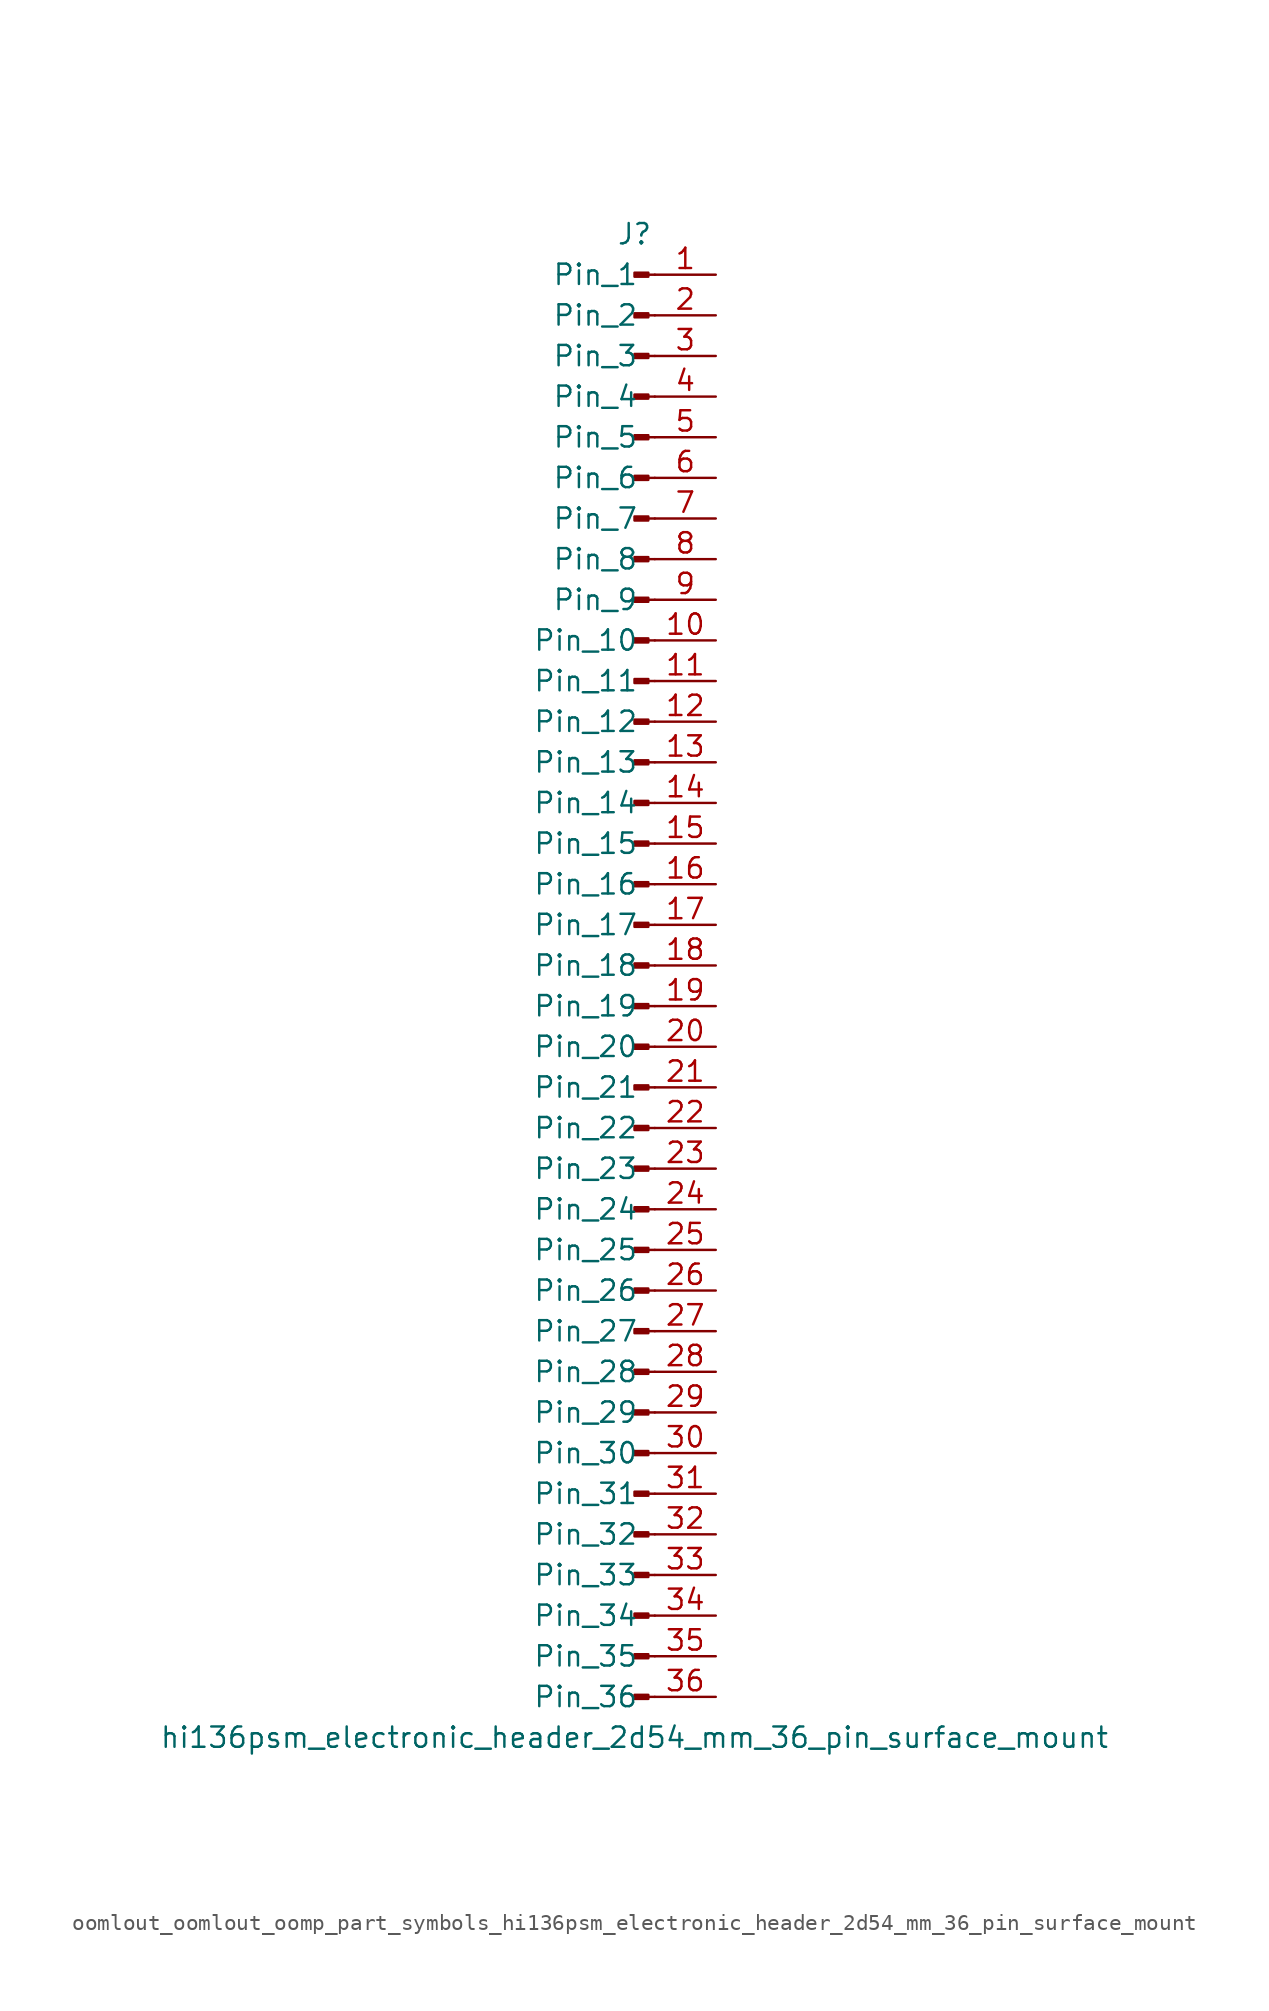
<source format=kicad_sym>
(kicad_symbol_lib
  (version 20220914)
  (generator kicad_symbol_editor)
  (symbol "oomlout_oomlout_oomp_part_symbols_hi136psm_electronic_header_2d54_mm_36_pin_surface_mount"
    (pin_names
      (offset 1.016))
    (property "Reference" "J"
      (at 0 45.72 0)
      (effects (font (size 1.27 1.27))))
    (property "Value" "hi136psm_electronic_header_2d54_mm_36_pin_surface_mount"
      (at 0 -48.26 0)
      (effects (font (size 1.27 1.27))))
    (property "ki_locked" ""
      (at 0 0 0)
      (effects (font (size 1.27 1.27))))
    (symbol "oomlout_oomlout_oomp_part_symbols_hi136psm_electronic_header_2d54_mm_36_pin_surface_mount_1_1"
      (polyline (pts (xy 1.27 -45.72) (xy 0.864 -45.72)) (stroke (width 0.152) (type default)) (fill (type none)))
      (polyline (pts (xy 1.27 -43.18) (xy 0.864 -43.18)) (stroke (width 0.152) (type default)) (fill (type none)))
      (polyline (pts (xy 1.27 -40.64) (xy 0.864 -40.64)) (stroke (width 0.152) (type default)) (fill (type none)))
      (polyline (pts (xy 1.27 -38.1) (xy 0.864 -38.1)) (stroke (width 0.152) (type default)) (fill (type none)))
      (polyline (pts (xy 1.27 -35.56) (xy 0.864 -35.56)) (stroke (width 0.152) (type default)) (fill (type none)))
      (polyline (pts (xy 1.27 -33.02) (xy 0.864 -33.02)) (stroke (width 0.152) (type default)) (fill (type none)))
      (polyline (pts (xy 1.27 -30.48) (xy 0.864 -30.48)) (stroke (width 0.152) (type default)) (fill (type none)))
      (polyline (pts (xy 1.27 -27.94) (xy 0.864 -27.94)) (stroke (width 0.152) (type default)) (fill (type none)))
      (polyline (pts (xy 1.27 -25.4) (xy 0.864 -25.4)) (stroke (width 0.152) (type default)) (fill (type none)))
      (polyline (pts (xy 1.27 -22.86) (xy 0.864 -22.86)) (stroke (width 0.152) (type default)) (fill (type none)))
      (polyline (pts (xy 1.27 -20.32) (xy 0.864 -20.32)) (stroke (width 0.152) (type default)) (fill (type none)))
      (polyline (pts (xy 1.27 -17.78) (xy 0.864 -17.78)) (stroke (width 0.152) (type default)) (fill (type none)))
      (polyline (pts (xy 1.27 -15.24) (xy 0.864 -15.24)) (stroke (width 0.152) (type default)) (fill (type none)))
      (polyline (pts (xy 1.27 -12.7) (xy 0.864 -12.7)) (stroke (width 0.152) (type default)) (fill (type none)))
      (polyline (pts (xy 1.27 -10.16) (xy 0.864 -10.16)) (stroke (width 0.152) (type default)) (fill (type none)))
      (polyline (pts (xy 1.27 -7.62) (xy 0.864 -7.62)) (stroke (width 0.152) (type default)) (fill (type none)))
      (polyline (pts (xy 1.27 -5.08) (xy 0.864 -5.08)) (stroke (width 0.152) (type default)) (fill (type none)))
      (polyline (pts (xy 1.27 -2.54) (xy 0.864 -2.54)) (stroke (width 0.152) (type default)) (fill (type none)))
      (polyline (pts (xy 1.27 0) (xy 0.864 0)) (stroke (width 0.152) (type default)) (fill (type none)))
      (polyline (pts (xy 1.27 2.54) (xy 0.864 2.54)) (stroke (width 0.152) (type default)) (fill (type none)))
      (polyline (pts (xy 1.27 5.08) (xy 0.864 5.08)) (stroke (width 0.152) (type default)) (fill (type none)))
      (polyline (pts (xy 1.27 7.62) (xy 0.864 7.62)) (stroke (width 0.152) (type default)) (fill (type none)))
      (polyline (pts (xy 1.27 10.16) (xy 0.864 10.16)) (stroke (width 0.152) (type default)) (fill (type none)))
      (polyline (pts (xy 1.27 12.7) (xy 0.864 12.7)) (stroke (width 0.152) (type default)) (fill (type none)))
      (polyline (pts (xy 1.27 15.24) (xy 0.864 15.24)) (stroke (width 0.152) (type default)) (fill (type none)))
      (polyline (pts (xy 1.27 17.78) (xy 0.864 17.78)) (stroke (width 0.152) (type default)) (fill (type none)))
      (polyline (pts (xy 1.27 20.32) (xy 0.864 20.32)) (stroke (width 0.152) (type default)) (fill (type none)))
      (polyline (pts (xy 1.27 22.86) (xy 0.864 22.86)) (stroke (width 0.152) (type default)) (fill (type none)))
      (polyline (pts (xy 1.27 25.4) (xy 0.864 25.4)) (stroke (width 0.152) (type default)) (fill (type none)))
      (polyline (pts (xy 1.27 27.94) (xy 0.864 27.94)) (stroke (width 0.152) (type default)) (fill (type none)))
      (polyline (pts (xy 1.27 30.48) (xy 0.864 30.48)) (stroke (width 0.152) (type default)) (fill (type none)))
      (polyline (pts (xy 1.27 33.02) (xy 0.864 33.02)) (stroke (width 0.152) (type default)) (fill (type none)))
      (polyline (pts (xy 1.27 35.56) (xy 0.864 35.56)) (stroke (width 0.152) (type default)) (fill (type none)))
      (polyline (pts (xy 1.27 38.1) (xy 0.864 38.1)) (stroke (width 0.152) (type default)) (fill (type none)))
      (polyline (pts (xy 1.27 40.64) (xy 0.864 40.64)) (stroke (width 0.152) (type default)) (fill (type none)))
      (polyline (pts (xy 1.27 43.18) (xy 0.864 43.18)) (stroke (width 0.152) (type default)) (fill (type none)))
      (rectangle (start 0.864 -45.593) (end 0 -45.847) (stroke (width 0.152) (type default)) (fill (type outline)))
      (rectangle (start 0.864 -43.053) (end 0 -43.307) (stroke (width 0.152) (type default)) (fill (type outline)))
      (rectangle (start 0.864 -40.513) (end 0 -40.767) (stroke (width 0.152) (type default)) (fill (type outline)))
      (rectangle (start 0.864 -37.973) (end 0 -38.227) (stroke (width 0.152) (type default)) (fill (type outline)))
      (rectangle (start 0.864 -35.433) (end 0 -35.687) (stroke (width 0.152) (type default)) (fill (type outline)))
      (rectangle (start 0.864 -32.893) (end 0 -33.147) (stroke (width 0.152) (type default)) (fill (type outline)))
      (rectangle (start 0.864 -30.353) (end 0 -30.607) (stroke (width 0.152) (type default)) (fill (type outline)))
      (rectangle (start 0.864 -27.813) (end 0 -28.067) (stroke (width 0.152) (type default)) (fill (type outline)))
      (rectangle (start 0.864 -25.273) (end 0 -25.527) (stroke (width 0.152) (type default)) (fill (type outline)))
      (rectangle (start 0.864 -22.733) (end 0 -22.987) (stroke (width 0.152) (type default)) (fill (type outline)))
      (rectangle (start 0.864 -20.193) (end 0 -20.447) (stroke (width 0.152) (type default)) (fill (type outline)))
      (rectangle (start 0.864 -17.653) (end 0 -17.907) (stroke (width 0.152) (type default)) (fill (type outline)))
      (rectangle (start 0.864 -15.113) (end 0 -15.367) (stroke (width 0.152) (type default)) (fill (type outline)))
      (rectangle (start 0.864 -12.573) (end 0 -12.827) (stroke (width 0.152) (type default)) (fill (type outline)))
      (rectangle (start 0.864 -10.033) (end 0 -10.287) (stroke (width 0.152) (type default)) (fill (type outline)))
      (rectangle (start 0.864 -7.493) (end 0 -7.747) (stroke (width 0.152) (type default)) (fill (type outline)))
      (rectangle (start 0.864 -4.953) (end 0 -5.207) (stroke (width 0.152) (type default)) (fill (type outline)))
      (rectangle (start 0.864 -2.413) (end 0 -2.667) (stroke (width 0.152) (type default)) (fill (type outline)))
      (rectangle (start 0.864 0.127) (end 0 -0.127) (stroke (width 0.152) (type default)) (fill (type outline)))
      (rectangle (start 0.864 2.667) (end 0 2.413) (stroke (width 0.152) (type default)) (fill (type outline)))
      (rectangle (start 0.864 5.207) (end 0 4.953) (stroke (width 0.152) (type default)) (fill (type outline)))
      (rectangle (start 0.864 7.747) (end 0 7.493) (stroke (width 0.152) (type default)) (fill (type outline)))
      (rectangle (start 0.864 10.287) (end 0 10.033) (stroke (width 0.152) (type default)) (fill (type outline)))
      (rectangle (start 0.864 12.827) (end 0 12.573) (stroke (width 0.152) (type default)) (fill (type outline)))
      (rectangle (start 0.864 15.367) (end 0 15.113) (stroke (width 0.152) (type default)) (fill (type outline)))
      (rectangle (start 0.864 17.907) (end 0 17.653) (stroke (width 0.152) (type default)) (fill (type outline)))
      (rectangle (start 0.864 20.447) (end 0 20.193) (stroke (width 0.152) (type default)) (fill (type outline)))
      (rectangle (start 0.864 22.987) (end 0 22.733) (stroke (width 0.152) (type default)) (fill (type outline)))
      (rectangle (start 0.864 25.527) (end 0 25.273) (stroke (width 0.152) (type default)) (fill (type outline)))
      (rectangle (start 0.864 28.067) (end 0 27.813) (stroke (width 0.152) (type default)) (fill (type outline)))
      (rectangle (start 0.864 30.607) (end 0 30.353) (stroke (width 0.152) (type default)) (fill (type outline)))
      (rectangle (start 0.864 33.147) (end 0 32.893) (stroke (width 0.152) (type default)) (fill (type outline)))
      (rectangle (start 0.864 35.687) (end 0 35.433) (stroke (width 0.152) (type default)) (fill (type outline)))
      (rectangle (start 0.864 38.227) (end 0 37.973) (stroke (width 0.152) (type default)) (fill (type outline)))
      (rectangle (start 0.864 40.767) (end 0 40.513) (stroke (width 0.152) (type default)) (fill (type outline)))
      (rectangle (start 0.864 43.307) (end 0 43.053) (stroke (width 0.152) (type default)) (fill (type outline)))
      (pin passive line (at 5.08 43.18 180) (length 3.81) (name "Pin_1" (effects (font (size 1.27 1.27)))) (number "1" (effects (font (size 1.27 1.27)))))
      (pin passive line (at 5.08 20.32 180) (length 3.81) (name "Pin_10" (effects (font (size 1.27 1.27)))) (number "10" (effects (font (size 1.27 1.27)))))
      (pin passive line (at 5.08 17.78 180) (length 3.81) (name "Pin_11" (effects (font (size 1.27 1.27)))) (number "11" (effects (font (size 1.27 1.27)))))
      (pin passive line (at 5.08 15.24 180) (length 3.81) (name "Pin_12" (effects (font (size 1.27 1.27)))) (number "12" (effects (font (size 1.27 1.27)))))
      (pin passive line (at 5.08 12.7 180) (length 3.81) (name "Pin_13" (effects (font (size 1.27 1.27)))) (number "13" (effects (font (size 1.27 1.27)))))
      (pin passive line (at 5.08 10.16 180) (length 3.81) (name "Pin_14" (effects (font (size 1.27 1.27)))) (number "14" (effects (font (size 1.27 1.27)))))
      (pin passive line (at 5.08 7.62 180) (length 3.81) (name "Pin_15" (effects (font (size 1.27 1.27)))) (number "15" (effects (font (size 1.27 1.27)))))
      (pin passive line (at 5.08 5.08 180) (length 3.81) (name "Pin_16" (effects (font (size 1.27 1.27)))) (number "16" (effects (font (size 1.27 1.27)))))
      (pin passive line (at 5.08 2.54 180) (length 3.81) (name "Pin_17" (effects (font (size 1.27 1.27)))) (number "17" (effects (font (size 1.27 1.27)))))
      (pin passive line (at 5.08 0 180) (length 3.81) (name "Pin_18" (effects (font (size 1.27 1.27)))) (number "18" (effects (font (size 1.27 1.27)))))
      (pin passive line (at 5.08 -2.54 180) (length 3.81) (name "Pin_19" (effects (font (size 1.27 1.27)))) (number "19" (effects (font (size 1.27 1.27)))))
      (pin passive line (at 5.08 40.64 180) (length 3.81) (name "Pin_2" (effects (font (size 1.27 1.27)))) (number "2" (effects (font (size 1.27 1.27)))))
      (pin passive line (at 5.08 -5.08 180) (length 3.81) (name "Pin_20" (effects (font (size 1.27 1.27)))) (number "20" (effects (font (size 1.27 1.27)))))
      (pin passive line (at 5.08 -7.62 180) (length 3.81) (name "Pin_21" (effects (font (size 1.27 1.27)))) (number "21" (effects (font (size 1.27 1.27)))))
      (pin passive line (at 5.08 -10.16 180) (length 3.81) (name "Pin_22" (effects (font (size 1.27 1.27)))) (number "22" (effects (font (size 1.27 1.27)))))
      (pin passive line (at 5.08 -12.7 180) (length 3.81) (name "Pin_23" (effects (font (size 1.27 1.27)))) (number "23" (effects (font (size 1.27 1.27)))))
      (pin passive line (at 5.08 -15.24 180) (length 3.81) (name "Pin_24" (effects (font (size 1.27 1.27)))) (number "24" (effects (font (size 1.27 1.27)))))
      (pin passive line (at 5.08 -17.78 180) (length 3.81) (name "Pin_25" (effects (font (size 1.27 1.27)))) (number "25" (effects (font (size 1.27 1.27)))))
      (pin passive line (at 5.08 -20.32 180) (length 3.81) (name "Pin_26" (effects (font (size 1.27 1.27)))) (number "26" (effects (font (size 1.27 1.27)))))
      (pin passive line (at 5.08 -22.86 180) (length 3.81) (name "Pin_27" (effects (font (size 1.27 1.27)))) (number "27" (effects (font (size 1.27 1.27)))))
      (pin passive line (at 5.08 -25.4 180) (length 3.81) (name "Pin_28" (effects (font (size 1.27 1.27)))) (number "28" (effects (font (size 1.27 1.27)))))
      (pin passive line (at 5.08 -27.94 180) (length 3.81) (name "Pin_29" (effects (font (size 1.27 1.27)))) (number "29" (effects (font (size 1.27 1.27)))))
      (pin passive line (at 5.08 38.1 180) (length 3.81) (name "Pin_3" (effects (font (size 1.27 1.27)))) (number "3" (effects (font (size 1.27 1.27)))))
      (pin passive line (at 5.08 -30.48 180) (length 3.81) (name "Pin_30" (effects (font (size 1.27 1.27)))) (number "30" (effects (font (size 1.27 1.27)))))
      (pin passive line (at 5.08 -33.02 180) (length 3.81) (name "Pin_31" (effects (font (size 1.27 1.27)))) (number "31" (effects (font (size 1.27 1.27)))))
      (pin passive line (at 5.08 -35.56 180) (length 3.81) (name "Pin_32" (effects (font (size 1.27 1.27)))) (number "32" (effects (font (size 1.27 1.27)))))
      (pin passive line (at 5.08 -38.1 180) (length 3.81) (name "Pin_33" (effects (font (size 1.27 1.27)))) (number "33" (effects (font (size 1.27 1.27)))))
      (pin passive line (at 5.08 -40.64 180) (length 3.81) (name "Pin_34" (effects (font (size 1.27 1.27)))) (number "34" (effects (font (size 1.27 1.27)))))
      (pin passive line (at 5.08 -43.18 180) (length 3.81) (name "Pin_35" (effects (font (size 1.27 1.27)))) (number "35" (effects (font (size 1.27 1.27)))))
      (pin passive line (at 5.08 -45.72 180) (length 3.81) (name "Pin_36" (effects (font (size 1.27 1.27)))) (number "36" (effects (font (size 1.27 1.27)))))
      (pin passive line (at 5.08 35.56 180) (length 3.81) (name "Pin_4" (effects (font (size 1.27 1.27)))) (number "4" (effects (font (size 1.27 1.27)))))
      (pin passive line (at 5.08 33.02 180) (length 3.81) (name "Pin_5" (effects (font (size 1.27 1.27)))) (number "5" (effects (font (size 1.27 1.27)))))
      (pin passive line (at 5.08 30.48 180) (length 3.81) (name "Pin_6" (effects (font (size 1.27 1.27)))) (number "6" (effects (font (size 1.27 1.27)))))
      (pin passive line (at 5.08 27.94 180) (length 3.81) (name "Pin_7" (effects (font (size 1.27 1.27)))) (number "7" (effects (font (size 1.27 1.27)))))
      (pin passive line (at 5.08 25.4 180) (length 3.81) (name "Pin_8" (effects (font (size 1.27 1.27)))) (number "8" (effects (font (size 1.27 1.27)))))
      (pin passive line (at 5.08 22.86 180) (length 3.81) (name "Pin_9" (effects (font (size 1.27 1.27)))) (number "9" (effects (font (size 1.27 1.27))))))))
</source>
